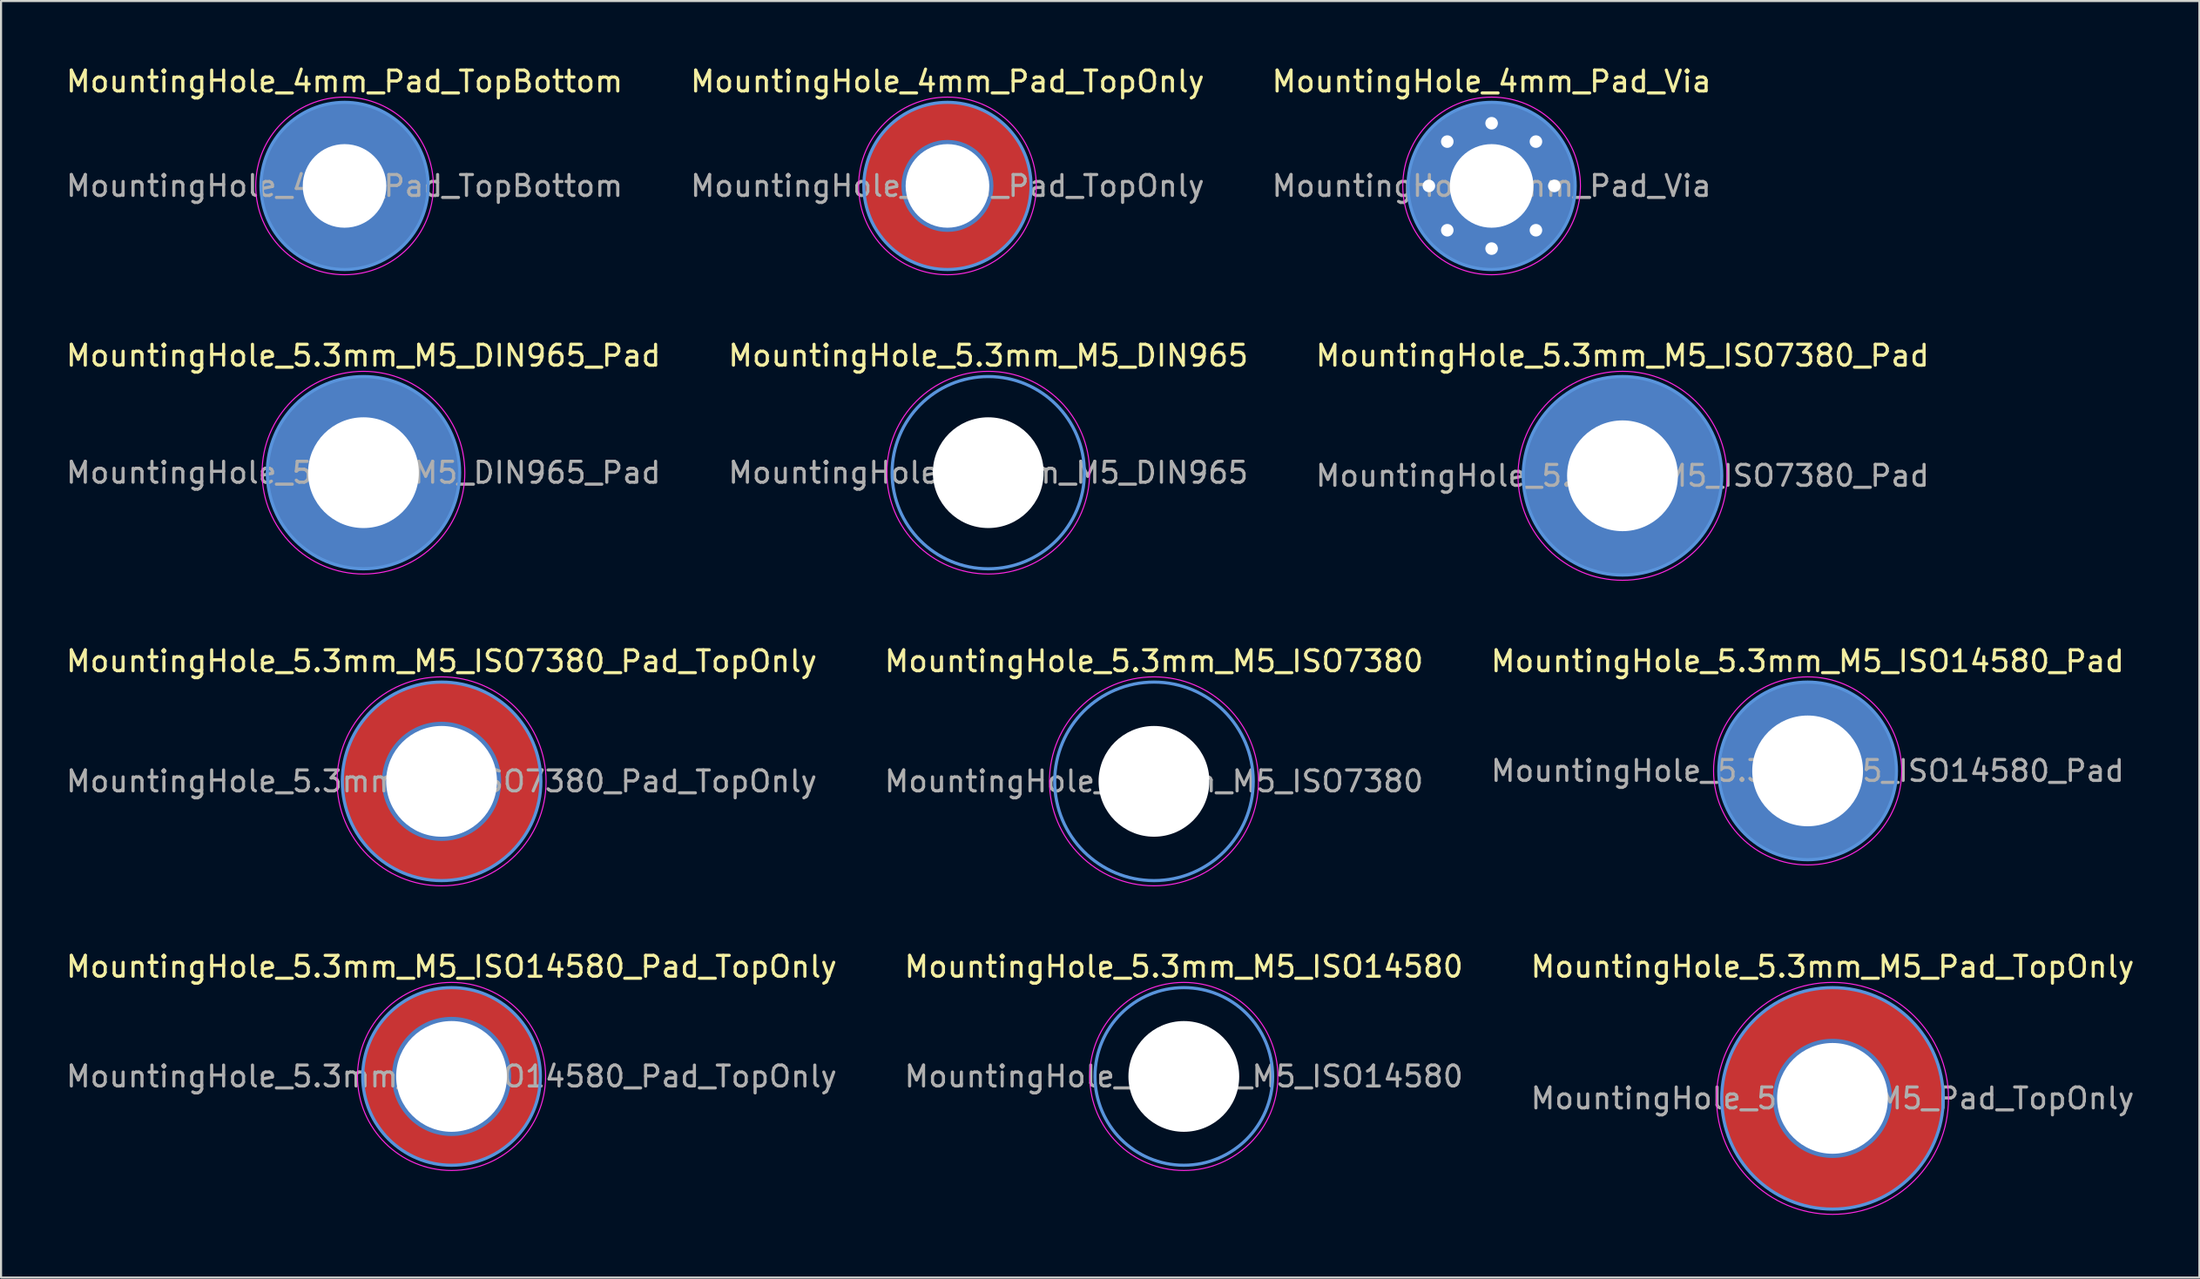
<source format=kicad_pcb>
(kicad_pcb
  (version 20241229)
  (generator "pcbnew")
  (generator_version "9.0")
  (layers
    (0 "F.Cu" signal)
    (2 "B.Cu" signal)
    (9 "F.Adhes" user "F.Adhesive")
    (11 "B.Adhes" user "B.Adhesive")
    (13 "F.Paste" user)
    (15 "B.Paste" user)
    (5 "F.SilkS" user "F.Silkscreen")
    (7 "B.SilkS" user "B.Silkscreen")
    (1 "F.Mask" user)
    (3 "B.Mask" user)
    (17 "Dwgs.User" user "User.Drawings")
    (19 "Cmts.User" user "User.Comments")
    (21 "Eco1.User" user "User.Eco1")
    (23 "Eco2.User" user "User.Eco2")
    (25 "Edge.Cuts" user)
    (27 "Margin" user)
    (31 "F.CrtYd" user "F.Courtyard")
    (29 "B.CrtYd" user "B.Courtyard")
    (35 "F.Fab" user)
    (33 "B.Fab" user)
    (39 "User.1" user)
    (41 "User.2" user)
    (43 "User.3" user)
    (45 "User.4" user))
  (footprint "MountingHole_5.3mm_M5_ISO7380_Pad"
    (layer "F.Cu")
    (at 74.577 19.721)
    (property "Reference" "MountingHole_5.3mm_M5_ISO7380_Pad" (at 0 -5.75 0) (layer "F.SilkS") (effects (font (size 1 1) (thickness 0.15))))
    (attr exclude_from_pos_files exclude_from_bom)
    (fp_circle (center 0 0) (end 4.75 0) (stroke (width 0.15) (type solid)) (fill no) (layer "Cmts.User"))
    (fp_circle (center 0 0) (end 5 0) (stroke (width 0.05) (type solid)) (fill no) (layer "F.CrtYd"))
    (fp_text user "${REFERENCE}" (at 0 0 0) (layer "F.Fab") (effects (font (size 1 1) (thickness 0.15))))
    (pad "1" thru_hole circle (at 0 0) (size 9.5 9.5) (drill 5.3) (layers "*.Cu" "*.Mask")))
  (footprint "MountingHole_4mm_Pad_TopBottom"
    (layer "F.Cu")
    (at 13.435 5.848)
    (property "Reference" "MountingHole_4mm_Pad_TopBottom" (at 0 -5 0) (layer "F.SilkS") (effects (font (size 1 1) (thickness 0.15))))
    (attr exclude_from_pos_files exclude_from_bom)
    (fp_circle (center 0 0) (end 4 0) (stroke (width 0.15) (type solid)) (fill no) (layer "Cmts.User"))
    (fp_circle (center 0 0) (end 4.25 0) (stroke (width 0.05) (type solid)) (fill no) (layer "F.CrtYd"))
    (fp_text user "${REFERENCE}" (at 0 0 0) (layer "F.Fab") (effects (font (size 1 1) (thickness 0.15))))
    (pad "1" thru_hole circle (at 0 0) (size 4.4 4.4) (drill 4) (layers "*.Cu" "*.Mask"))
    (pad "1" connect circle (at 0 0) (size 8 8) (layers "F.Cu" "F.Mask"))
    (pad "1" connect circle (at 0 0) (size 8 8) (layers "B.Cu" "B.Mask")))
  (footprint "MountingHole_5.3mm_M5_ISO7380"
    (layer "F.Cu")
    (at 52.161 34.345)
    (property "Reference" "MountingHole_5.3mm_M5_ISO7380" (at 0 -5.75 0) (layer "F.SilkS") (effects (font (size 1 1) (thickness 0.15))))
    (attr exclude_from_pos_files exclude_from_bom)
    (fp_circle (center 0 0) (end 4.75 0) (stroke (width 0.15) (type solid)) (fill no) (layer "Cmts.User"))
    (fp_circle (center 0 0) (end 5 0) (stroke (width 0.05) (type solid)) (fill no) (layer "F.CrtYd"))
    (fp_text user "${REFERENCE}" (at 0 0 0) (layer "F.Fab") (effects (font (size 1 1) (thickness 0.15))))
    (pad "" np_thru_hole circle (at 0 0) (size 5.3 5.3) (drill 5.3) (layers "*.Cu" "*.Mask")))
  (footprint "MountingHole_4mm_Pad_Via"
    (layer "F.Cu")
    (at 68.315 5.848)
    (property "Reference" "MountingHole_4mm_Pad_Via" (at 0 -5 0) (layer "F.SilkS") (effects (font (size 1 1) (thickness 0.15))))
    (attr exclude_from_pos_files exclude_from_bom)
    (fp_circle (center 0 0) (end 4 0) (stroke (width 0.15) (type solid)) (fill no) (layer "Cmts.User"))
    (fp_circle (center 0 0) (end 4.25 0) (stroke (width 0.05) (type solid)) (fill no) (layer "F.CrtYd"))
    (fp_text user "${REFERENCE}" (at 0 0 0) (layer "F.Fab") (effects (font (size 1 1) (thickness 0.15))))
    (pad "1" thru_hole circle (at -3 0) (size 0.9 0.9) (drill 0.6) (layers "*.Cu" "*.Mask"))
    (pad "1" thru_hole circle (at -2.121 -2.121) (size 0.9 0.9) (drill 0.6) (layers "*.Cu" "*.Mask"))
    (pad "1" thru_hole circle (at -2.121 2.121) (size 0.9 0.9) (drill 0.6) (layers "*.Cu" "*.Mask"))
    (pad "1" thru_hole circle (at 0 -3) (size 0.9 0.9) (drill 0.6) (layers "*.Cu" "*.Mask"))
    (pad "1" thru_hole circle (at 0 0) (size 8 8) (drill 4) (layers "*.Cu" "*.Mask"))
    (pad "1" thru_hole circle (at 0 3) (size 0.9 0.9) (drill 0.6) (layers "*.Cu" "*.Mask"))
    (pad "1" thru_hole circle (at 2.121 -2.121) (size 0.9 0.9) (drill 0.6) (layers "*.Cu" "*.Mask"))
    (pad "1" thru_hole circle (at 2.121 2.121) (size 0.9 0.9) (drill 0.6) (layers "*.Cu" "*.Mask"))
    (pad "1" thru_hole circle (at 3 0) (size 0.9 0.9) (drill 0.6) (layers "*.Cu" "*.Mask")))
  (footprint "MountingHole_5.3mm_M5_Pad_TopOnly"
    (layer "F.Cu")
    (at 84.625 49.518)
    (property "Reference" "MountingHole_5.3mm_M5_Pad_TopOnly" (at 0 -6.3 0) (layer "F.SilkS") (effects (font (size 1 1) (thickness 0.15))))
    (attr exclude_from_pos_files exclude_from_bom)
    (fp_circle (center 0 0) (end 5.3 0) (stroke (width 0.15) (type solid)) (fill no) (layer "Cmts.User"))
    (fp_circle (center 0 0) (end 5.55 0) (stroke (width 0.05) (type solid)) (fill no) (layer "F.CrtYd"))
    (fp_text user "${REFERENCE}" (at 0 0 0) (layer "F.Fab") (effects (font (size 1 1) (thickness 0.15))))
    (pad "1" thru_hole circle (at 0 0) (size 5.7 5.7) (drill 5.3) (layers "*.Cu" "*.Mask"))
    (pad "1" connect circle (at 0 0) (size 10.6 10.6) (layers "F.Cu" "F.Mask")))
  (footprint "MountingHole_5.3mm_M5_ISO7380_Pad_TopOnly"
    (layer "F.Cu")
    (at 18.077 34.345)
    (property "Reference" "MountingHole_5.3mm_M5_ISO7380_Pad_TopOnly" (at 0 -5.75 0) (layer "F.SilkS") (effects (font (size 1 1) (thickness 0.15))))
    (attr exclude_from_pos_files exclude_from_bom)
    (fp_circle (center 0 0) (end 4.75 0) (stroke (width 0.15) (type solid)) (fill no) (layer "Cmts.User"))
    (fp_circle (center 0 0) (end 5 0) (stroke (width 0.05) (type solid)) (fill no) (layer "F.CrtYd"))
    (fp_text user "${REFERENCE}" (at 0 0 0) (layer "F.Fab") (effects (font (size 1 1) (thickness 0.15))))
    (pad "1" thru_hole circle (at 0 0) (size 5.7 5.7) (drill 5.3) (layers "*.Cu" "*.Mask"))
    (pad "1" connect circle (at 0 0) (size 9.5 9.5) (layers "F.Cu" "F.Mask")))
  (footprint "MountingHole_5.3mm_M5_DIN965"
    (layer "F.Cu")
    (at 44.232 19.572)
    (property "Reference" "MountingHole_5.3mm_M5_DIN965" (at 0 -5.6 0) (layer "F.SilkS") (effects (font (size 1 1) (thickness 0.15))))
    (attr exclude_from_pos_files exclude_from_bom)
    (fp_circle (center 0 0) (end 4.6 0) (stroke (width 0.15) (type solid)) (fill no) (layer "Cmts.User"))
    (fp_circle (center 0 0) (end 4.85 0) (stroke (width 0.05) (type solid)) (fill no) (layer "F.CrtYd"))
    (fp_text user "${REFERENCE}" (at 0 0 0) (layer "F.Fab") (effects (font (size 1 1) (thickness 0.15))))
    (pad "" np_thru_hole circle (at 0 0) (size 5.3 5.3) (drill 5.3) (layers "*.Cu" "*.Mask")))
  (footprint "MountingHole_5.3mm_M5_ISO14580_Pad"
    (layer "F.Cu")
    (at 83.435 33.845)
    (property "Reference" "MountingHole_5.3mm_M5_ISO14580_Pad" (at 0 -5.25 0) (layer "F.SilkS") (effects (font (size 1 1) (thickness 0.15))))
    (attr exclude_from_pos_files exclude_from_bom)
    (fp_circle (center 0 0) (end 4.25 0) (stroke (width 0.15) (type solid)) (fill no) (layer "Cmts.User"))
    (fp_circle (center 0 0) (end 4.5 0) (stroke (width 0.05) (type solid)) (fill no) (layer "F.CrtYd"))
    (fp_text user "${REFERENCE}" (at 0 0 0) (layer "F.Fab") (effects (font (size 1 1) (thickness 0.15))))
    (pad "1" thru_hole circle (at 0 0) (size 8.5 8.5) (drill 5.3) (layers "*.Cu" "*.Mask")))
  (footprint "MountingHole_5.3mm_M5_ISO14580"
    (layer "F.Cu")
    (at 53.589 48.468)
    (property "Reference" "MountingHole_5.3mm_M5_ISO14580" (at 0 -5.25 0) (layer "F.SilkS") (effects (font (size 1 1) (thickness 0.15))))
    (attr exclude_from_pos_files exclude_from_bom)
    (fp_circle (center 0 0) (end 4.25 0) (stroke (width 0.15) (type solid)) (fill no) (layer "Cmts.User"))
    (fp_circle (center 0 0) (end 4.5 0) (stroke (width 0.05) (type solid)) (fill no) (layer "F.CrtYd"))
    (fp_text user "${REFERENCE}" (at 0 0 0) (layer "F.Fab") (effects (font (size 1 1) (thickness 0.15))))
    (pad "" np_thru_hole circle (at 0 0) (size 5.3 5.3) (drill 5.3) (layers "*.Cu" "*.Mask")))
  (footprint "MountingHole_4mm_Pad_TopOnly"
    (layer "F.Cu")
    (at 42.28 5.848)
    (property "Reference" "MountingHole_4mm_Pad_TopOnly" (at 0 -5 0) (layer "F.SilkS") (effects (font (size 1 1) (thickness 0.15))))
    (attr exclude_from_pos_files exclude_from_bom)
    (fp_circle (center 0 0) (end 4 0) (stroke (width 0.15) (type solid)) (fill no) (layer "Cmts.User"))
    (fp_circle (center 0 0) (end 4.25 0) (stroke (width 0.05) (type solid)) (fill no) (layer "F.CrtYd"))
    (fp_text user "${REFERENCE}" (at 0 0 0) (layer "F.Fab") (effects (font (size 1 1) (thickness 0.15))))
    (pad "1" thru_hole circle (at 0 0) (size 4.4 4.4) (drill 4) (layers "*.Cu" "*.Mask"))
    (pad "1" connect circle (at 0 0) (size 8 8) (layers "F.Cu" "F.Mask")))
  (footprint "MountingHole_5.3mm_M5_DIN965_Pad"
    (layer "F.Cu")
    (at 14.339 19.572)
    (property "Reference" "MountingHole_5.3mm_M5_DIN965_Pad" (at 0 -5.6 0) (layer "F.SilkS") (effects (font (size 1 1) (thickness 0.15))))
    (attr exclude_from_pos_files exclude_from_bom)
    (fp_circle (center 0 0) (end 4.6 0) (stroke (width 0.15) (type solid)) (fill no) (layer "Cmts.User"))
    (fp_circle (center 0 0) (end 4.85 0) (stroke (width 0.05) (type solid)) (fill no) (layer "F.CrtYd"))
    (fp_text user "${REFERENCE}" (at 0 0 0) (layer "F.Fab") (effects (font (size 1 1) (thickness 0.15))))
    (pad "1" thru_hole circle (at 0 0) (size 9.2 9.2) (drill 5.3) (layers "*.Cu" "*.Mask")))
  (footprint "MountingHole_5.3mm_M5_ISO14580_Pad_TopOnly"
    (layer "F.Cu")
    (at 18.554 48.468)
    (property "Reference" "MountingHole_5.3mm_M5_ISO14580_Pad_TopOnly" (at 0 -5.25 0) (layer "F.SilkS") (effects (font (size 1 1) (thickness 0.15))))
    (attr exclude_from_pos_files exclude_from_bom)
    (fp_circle (center 0 0) (end 4.25 0) (stroke (width 0.15) (type solid)) (fill no) (layer "Cmts.User"))
    (fp_circle (center 0 0) (end 4.5 0) (stroke (width 0.05) (type solid)) (fill no) (layer "F.CrtYd"))
    (fp_text user "${REFERENCE}" (at 0 0 0) (layer "F.Fab") (effects (font (size 1 1) (thickness 0.15))))
    (pad "1" thru_hole circle (at 0 0) (size 5.7 5.7) (drill 5.3) (layers "*.Cu" "*.Mask"))
    (pad "1" connect circle (at 0 0) (size 8.5 8.5) (layers "F.Cu" "F.Mask")))
  (gr_rect
    (start -3 -3)
    (end 102.179 58.093)
    (stroke (width 0.1) (type default))
    (fill no)
    (layer "Edge.Cuts")))
</source>
